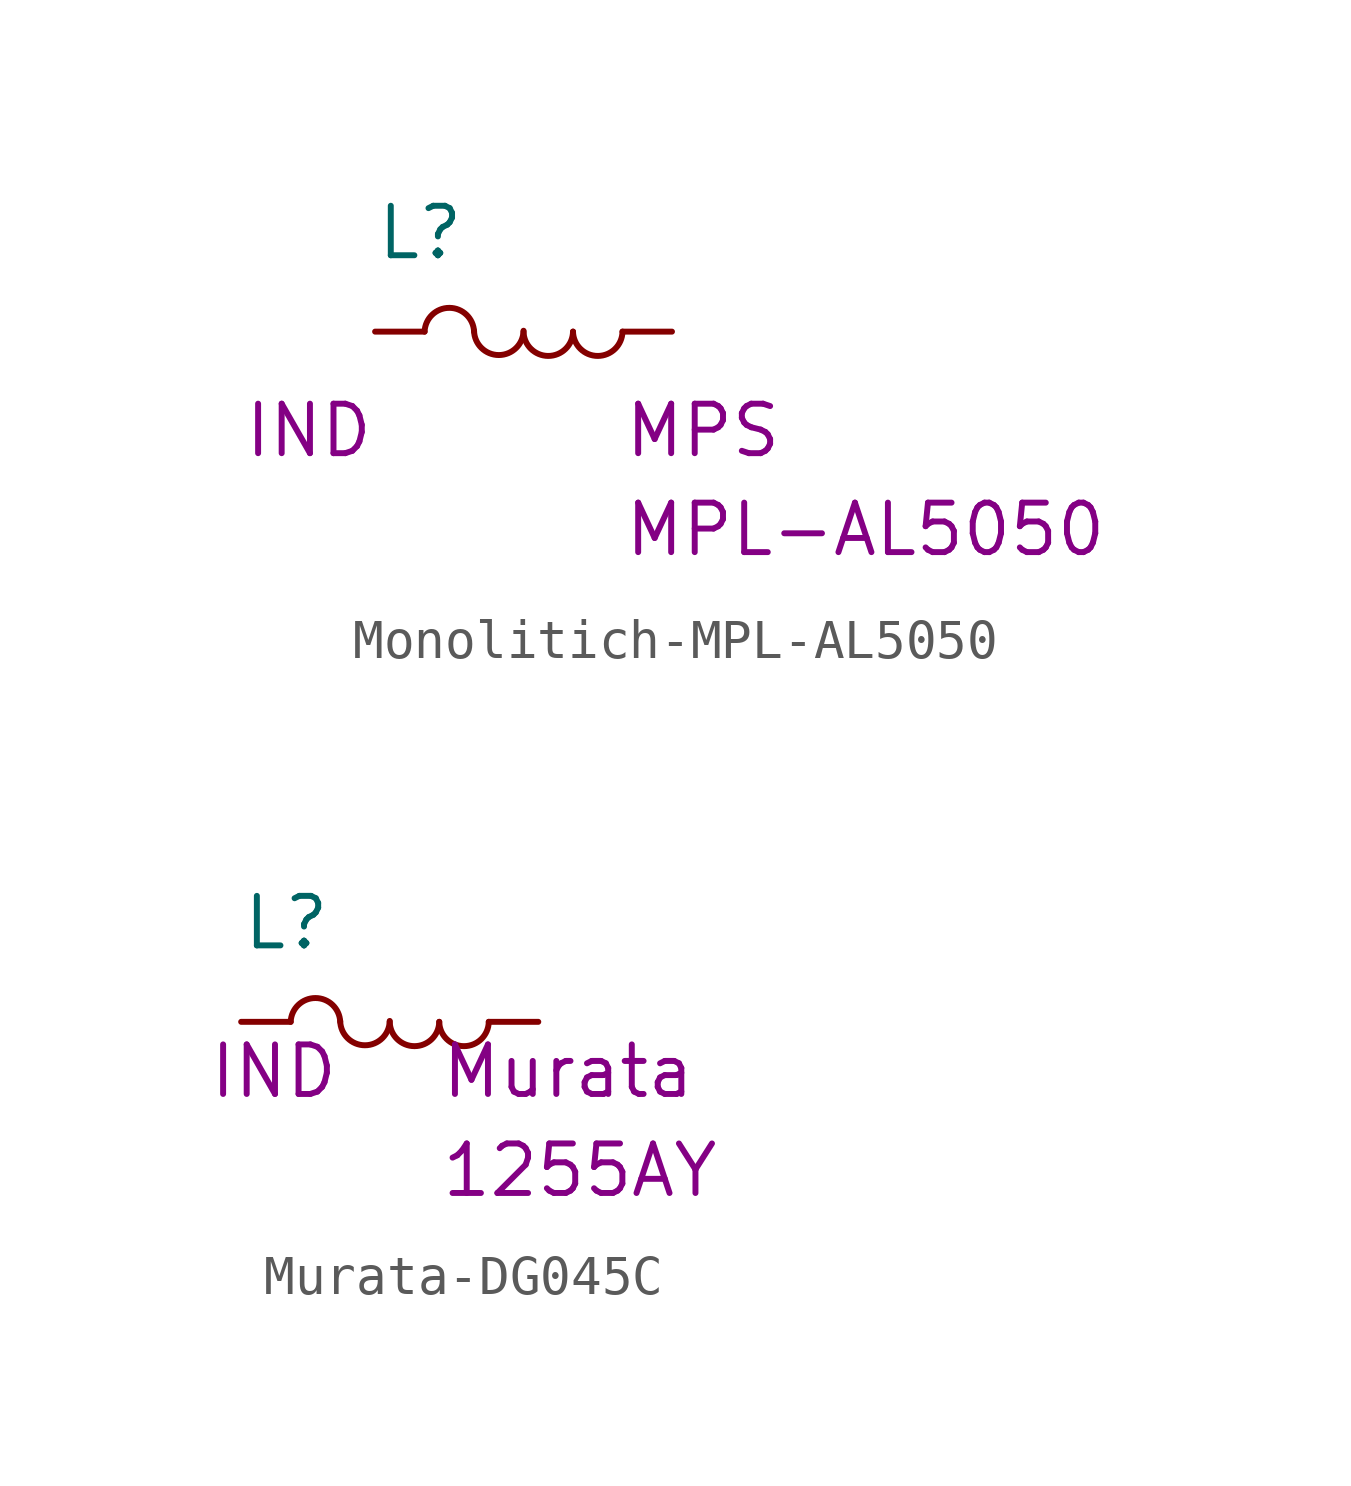
<source format=kicad_sym>
(kicad_symbol_lib
  (version 20211014)
  (generator kicad_symbol_editor)
  (symbol "Monolitich-MPL-AL5050"
    (pin_numbers hide)
    (pin_names hide)
    (property "Reference" "L"
      (at -3.81 2.54 0)
      (effects (font (size 1.27 1.27)) (justify left)))
    (property "Manufacturer" "MPS"
      (at 2.54 -2.54 0)
      (effects (font (size 1.27 1.27)) (justify left)))
    (property "MPN" "MPL-AL5050"
      (at 2.54 -5.08 0)
      (effects (font (size 1.27 1.27)) (justify left)))
    (property "Inductance" "IND"
      (at -3.81 -2.54 0)
      (effects (font (size 1.27 1.27)) (justify right)))
    (symbol "Monolitich-MPL-AL5050_0_1"
      (arc (start -1.27 0) (mid -1.905 0.6103) (end -2.54 0) (stroke (width 0) (type default) (color 0 0 0 0)) (fill (type none)))
      (arc (start -1.27 0.0226) (mid -0.635 -0.6238) (end 0 0.0226) (stroke (width 0) (type default) (color 0 0 0 0)) (fill (type none)))
      (arc (start 0 0) (mid 0.635 -0.6464) (end 1.27 0) (stroke (width 0) (type default) (color 0 0 0 0)) (fill (type none)))
      (arc (start 1.27 0) (mid 1.905 -0.6464) (end 2.54 0) (stroke (width 0) (type default) (color 0 0 0 0)) (fill (type none))))
    (symbol "Monolitich-MPL-AL5050_1_1"
      (pin passive line (at -3.81 0 0) (length 1.27) (name "1" (effects (font (size 1.27 1.27)))) (number "1" (effects (font (size 1.27 1.27)))))
      (pin passive line (at 3.81 0 180) (length 1.27) (name "1" (effects (font (size 1.27 1.27)))) (number "1" (effects (font (size 1.27 1.27)))))))
  (symbol "Murata-DG045C"
    (pin_numbers hide)
    (pin_names hide)
    (property "Reference" "L"
      (at -3.81 2.54 0)
      (effects (font (size 1.27 1.27)) (justify left)))
    (property "Manufacturer" "Murata"
      (at 1.27 -1.27 0)
      (effects (font (size 1.27 1.27)) (justify left)))
    (property "MPN" "1255AY"
      (at 1.27 -3.81 0)
      (effects (font (size 1.27 1.27)) (justify left)))
    (property "Inductance" "IND"
      (at -1.27 -1.27 0)
      (effects (font (size 1.27 1.27)) (justify right)))
    (symbol "Murata-DG045C_0_1"
      (arc (start -1.27 0) (mid -1.905 0.6103) (end -2.54 0) (stroke (width 0) (type default) (color 0 0 0 0)) (fill (type none)))
      (arc (start -1.27 0.0226) (mid -0.635 -0.6238) (end 0 0.0226) (stroke (width 0) (type default) (color 0 0 0 0)) (fill (type none)))
      (arc (start 0 0) (mid 0.635 -0.6464) (end 1.27 0) (stroke (width 0) (type default) (color 0 0 0 0)) (fill (type none)))
      (arc (start 1.27 0) (mid 1.905 -0.6464) (end 2.54 0) (stroke (width 0) (type default) (color 0 0 0 0)) (fill (type none))))
    (symbol "Murata-DG045C_1_1"
      (pin passive line (at -3.81 0 0) (length 1.27) (name "1" (effects (font (size 1.27 1.27)))) (number "1" (effects (font (size 1.27 1.27)))))
      (pin passive line (at 3.81 0 180) (length 1.27) (name "1" (effects (font (size 1.27 1.27)))) (number "1" (effects (font (size 1.27 1.27))))))))
</source>
